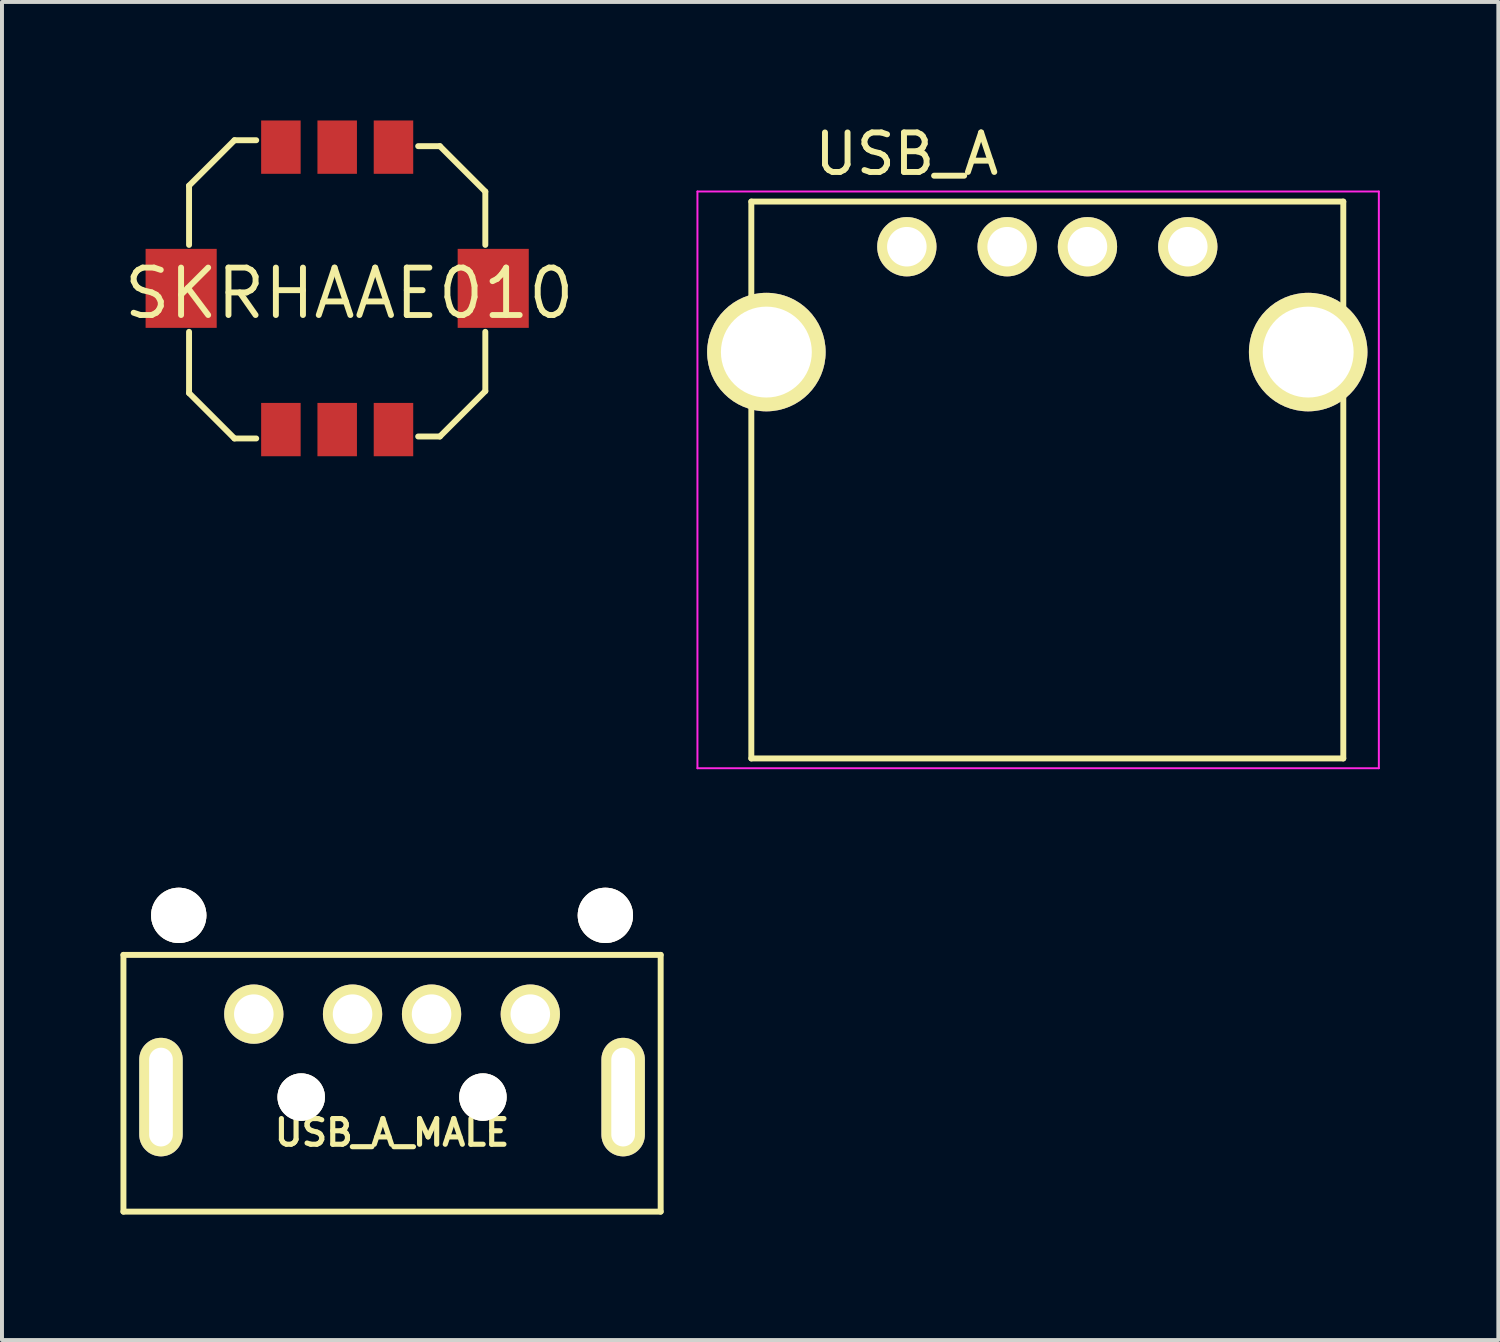
<source format=kicad_pcb>
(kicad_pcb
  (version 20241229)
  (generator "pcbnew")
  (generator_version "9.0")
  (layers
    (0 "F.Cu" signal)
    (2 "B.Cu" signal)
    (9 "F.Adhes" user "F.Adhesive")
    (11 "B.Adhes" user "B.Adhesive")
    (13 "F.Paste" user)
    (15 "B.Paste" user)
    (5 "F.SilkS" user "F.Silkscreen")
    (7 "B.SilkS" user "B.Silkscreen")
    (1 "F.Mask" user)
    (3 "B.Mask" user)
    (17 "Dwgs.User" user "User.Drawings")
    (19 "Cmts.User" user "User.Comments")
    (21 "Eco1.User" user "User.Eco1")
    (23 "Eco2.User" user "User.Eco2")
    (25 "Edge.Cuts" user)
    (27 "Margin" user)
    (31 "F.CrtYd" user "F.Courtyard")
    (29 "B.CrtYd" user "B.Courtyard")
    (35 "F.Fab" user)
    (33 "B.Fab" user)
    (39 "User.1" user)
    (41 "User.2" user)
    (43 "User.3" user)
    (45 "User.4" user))
  (footprint "USB_A_MALE"
    (layer "F.Cu")
    (at 6.875 27.623)
    (property "Reference" "USB_A_MALE" (at 0 -2 0) (layer "F.SilkS") (effects (font (size 0.65 0.65) (thickness 0.13))))
    (attr through_hole)
    (fp_line (start -6.8 -6.5) (end -6.8 0) (stroke (width 0.15) (type solid)) (layer "F.SilkS"))
    (fp_line (start -6.8 0) (end 6.8 0) (stroke (width 0.15) (type solid)) (layer "F.SilkS"))
    (fp_line (start 6.8 -6.5) (end -6.8 -6.5) (stroke (width 0.15) (type solid)) (layer "F.SilkS"))
    (fp_line (start 6.8 0) (end 6.8 -6.5) (stroke (width 0.15) (type solid)) (layer "F.SilkS"))
    (pad "" thru_hole circle (at -5.4 -7.5) (size 1.4 1.4) (drill 1.4) (layers "*.Cu" "*.Mask" "F.SilkS"))
    (pad "" thru_hole circle (at -2.3 -2.9 270) (size 1.2 1.2) (drill 1.2) (layers "*.Cu" "*.Mask" "F.SilkS"))
    (pad "" thru_hole circle (at 2.3 -2.9) (size 1.2 1.2) (drill 1.2) (layers "*.Cu" "*.Mask" "F.SilkS"))
    (pad "" thru_hole circle (at 5.4 -7.5) (size 1.4 1.4) (drill 1.4) (layers "*.Cu" "*.Mask" "F.SilkS"))
    (pad "1" thru_hole circle (at 3.5 -5 270) (size 1.5 1.5) (drill 1.001) (layers "*.Cu" "*.Mask" "F.SilkS"))
    (pad "2" thru_hole circle (at 1 -5 270) (size 1.5 1.5) (drill 1.001) (layers "*.Cu" "*.Mask" "F.SilkS"))
    (pad "3" thru_hole circle (at -1 -5 270) (size 1.5 1.5) (drill 1.001) (layers "*.Cu" "*.Mask" "F.SilkS"))
    (pad "4" thru_hole circle (at -3.5 -5 270) (size 1.5 1.5) (drill 1.001) (layers "*.Cu" "*.Mask" "F.SilkS"))
    (pad "5" thru_hole oval (at -5.85 -2.9) (size 1.1 3) (drill oval 0.6 2.5) (layers "*.Cu" "*.Mask" "F.SilkS"))
    (pad "5" thru_hole oval (at 5.85 -2.9) (size 1.1 3) (drill oval 0.6 2.5) (layers "*.Cu" "*.Mask" "F.SilkS")))
  (footprint "USB_A"
    (layer "F.Cu")
    (at 19.906 3.198)
    (property "Reference" "USB_A" (at 0 -2.35 0) (layer "F.SilkS") (effects (font (size 1 1) (thickness 0.15))))
    (attr through_hole)
    (fp_line (start -3.936 12.952) (end -3.936 -1.145) (stroke (width 0.15) (type solid)) (layer "F.SilkS"))
    (fp_line (start 11.05 -1.145) (end -3.936 -1.145) (stroke (width 0.15) (type solid)) (layer "F.SilkS"))
    (fp_line (start 11.05 -1.145) (end 11.05 12.952) (stroke (width 0.15) (type solid)) (layer "F.SilkS"))
    (fp_line (start 11.05 12.952) (end -3.936 12.952) (stroke (width 0.15) (type solid)) (layer "F.SilkS"))
    (fp_line (start -5.3 -1.4) (end 11.95 -1.4) (stroke (width 0.05) (type solid)) (layer "F.CrtYd"))
    (fp_line (start -5.3 13.2) (end -5.3 -1.4) (stroke (width 0.05) (type solid)) (layer "F.CrtYd"))
    (fp_line (start -5.3 13.2) (end 11.95 13.2) (stroke (width 0.05) (type solid)) (layer "F.CrtYd"))
    (fp_line (start 11.95 -1.4) (end 11.95 13.2) (stroke (width 0.05) (type solid)) (layer "F.CrtYd"))
    (pad "1" thru_hole circle (at 7.113 -0.002 270) (size 1.501 1.501) (drill 1.001) (layers "*.Cu" "*.Mask" "F.SilkS"))
    (pad "2" thru_hole circle (at 4.573 -0.002 270) (size 1.501 1.501) (drill 1.001) (layers "*.Cu" "*.Mask" "F.SilkS"))
    (pad "3" thru_hole circle (at 2.541 -0.002 270) (size 1.501 1.501) (drill 1.001) (layers "*.Cu" "*.Mask" "F.SilkS"))
    (pad "4" thru_hole circle (at 0.001 -0.002 270) (size 1.501 1.501) (drill 1.001) (layers "*.Cu" "*.Mask" "F.SilkS"))
    (pad "5" thru_hole circle (at -3.555 2.665 270) (size 3 3) (drill 2.301) (layers "*.Cu" "*.Mask" "F.SilkS"))
    (pad "5" thru_hole circle (at 10.161 2.665 270) (size 3 3) (drill 2.301) (layers "*.Cu" "*.Mask" "F.SilkS")))
  (footprint "SKRHAAE010"
    (layer "F.Cu")
    (at 5.486 4.25)
    (property "Reference" "SKRHAAE010" (at 0.305 0.127 180) (layer "F.SilkS") (effects (font (size 1.2 1.2) (thickness 0.15))))
    (attr through_hole)
    (fp_line (start -3.75 -2.6) (end -3.75 -1.1) (stroke (width 0.15) (type solid)) (layer "F.SilkS"))
    (fp_line (start -3.75 2.65) (end -3.75 1.1) (stroke (width 0.15) (type solid)) (layer "F.SilkS"))
    (fp_line (start -2.6 -3.75) (end -3.75 -2.6) (stroke (width 0.15) (type solid)) (layer "F.SilkS"))
    (fp_line (start -2.6 -3.75) (end -2.05 -3.75) (stroke (width 0.15) (type solid)) (layer "F.SilkS"))
    (fp_line (start -2.6 3.8) (end -3.75 2.65) (stroke (width 0.15) (type solid)) (layer "F.SilkS"))
    (fp_line (start -2.6 3.8) (end -2.05 3.8) (stroke (width 0.15) (type solid)) (layer "F.SilkS"))
    (fp_line (start 2.6 -3.6) (end 2.05 -3.6) (stroke (width 0.15) (type solid)) (layer "F.SilkS"))
    (fp_line (start 2.6 -3.6) (end 3.75 -2.45) (stroke (width 0.15) (type solid)) (layer "F.SilkS"))
    (fp_line (start 2.6 3.75) (end 2.05 3.75) (stroke (width 0.15) (type solid)) (layer "F.SilkS"))
    (fp_line (start 2.6 3.75) (end 3.75 2.6) (stroke (width 0.15) (type solid)) (layer "F.SilkS"))
    (fp_line (start 3.75 -2.45) (end 3.75 -1.1) (stroke (width 0.15) (type solid)) (layer "F.SilkS"))
    (fp_line (start 3.75 2.6) (end 3.75 1.1) (stroke (width 0.15) (type solid)) (layer "F.SilkS"))
    (pad "" smd rect (at -3.95 0) (size 1.8 2) (layers "F.Cu" "F.Mask" "F.Paste"))
    (pad "" smd rect (at 3.95 0) (size 1.8 2) (layers "F.Cu" "F.Mask" "F.Paste"))
    (pad "1" smd rect (at -1.425 3.575) (size 1 1.35) (layers "F.Cu" "F.Mask" "F.Paste"))
    (pad "2" smd rect (at 0 3.575) (size 1 1.35) (layers "F.Cu" "F.Mask" "F.Paste"))
    (pad "3" smd rect (at 1.425 3.575) (size 1 1.35) (layers "F.Cu" "F.Mask" "F.Paste"))
    (pad "4" smd rect (at 1.425 -3.575) (size 1 1.35) (layers "F.Cu" "F.Mask" "F.Paste"))
    (pad "5" smd rect (at 0 -3.575) (size 1 1.35) (layers "F.Cu" "F.Mask" "F.Paste"))
    (pad "6" smd rect (at -1.425 -3.575) (size 1 1.35) (layers "F.Cu" "F.Mask" "F.Paste")))
  (gr_rect
    (start -3 -3)
    (end 34.881 30.873)
    (stroke (width 0.1) (type default))
    (fill no)
    (layer "Edge.Cuts")))
</source>
